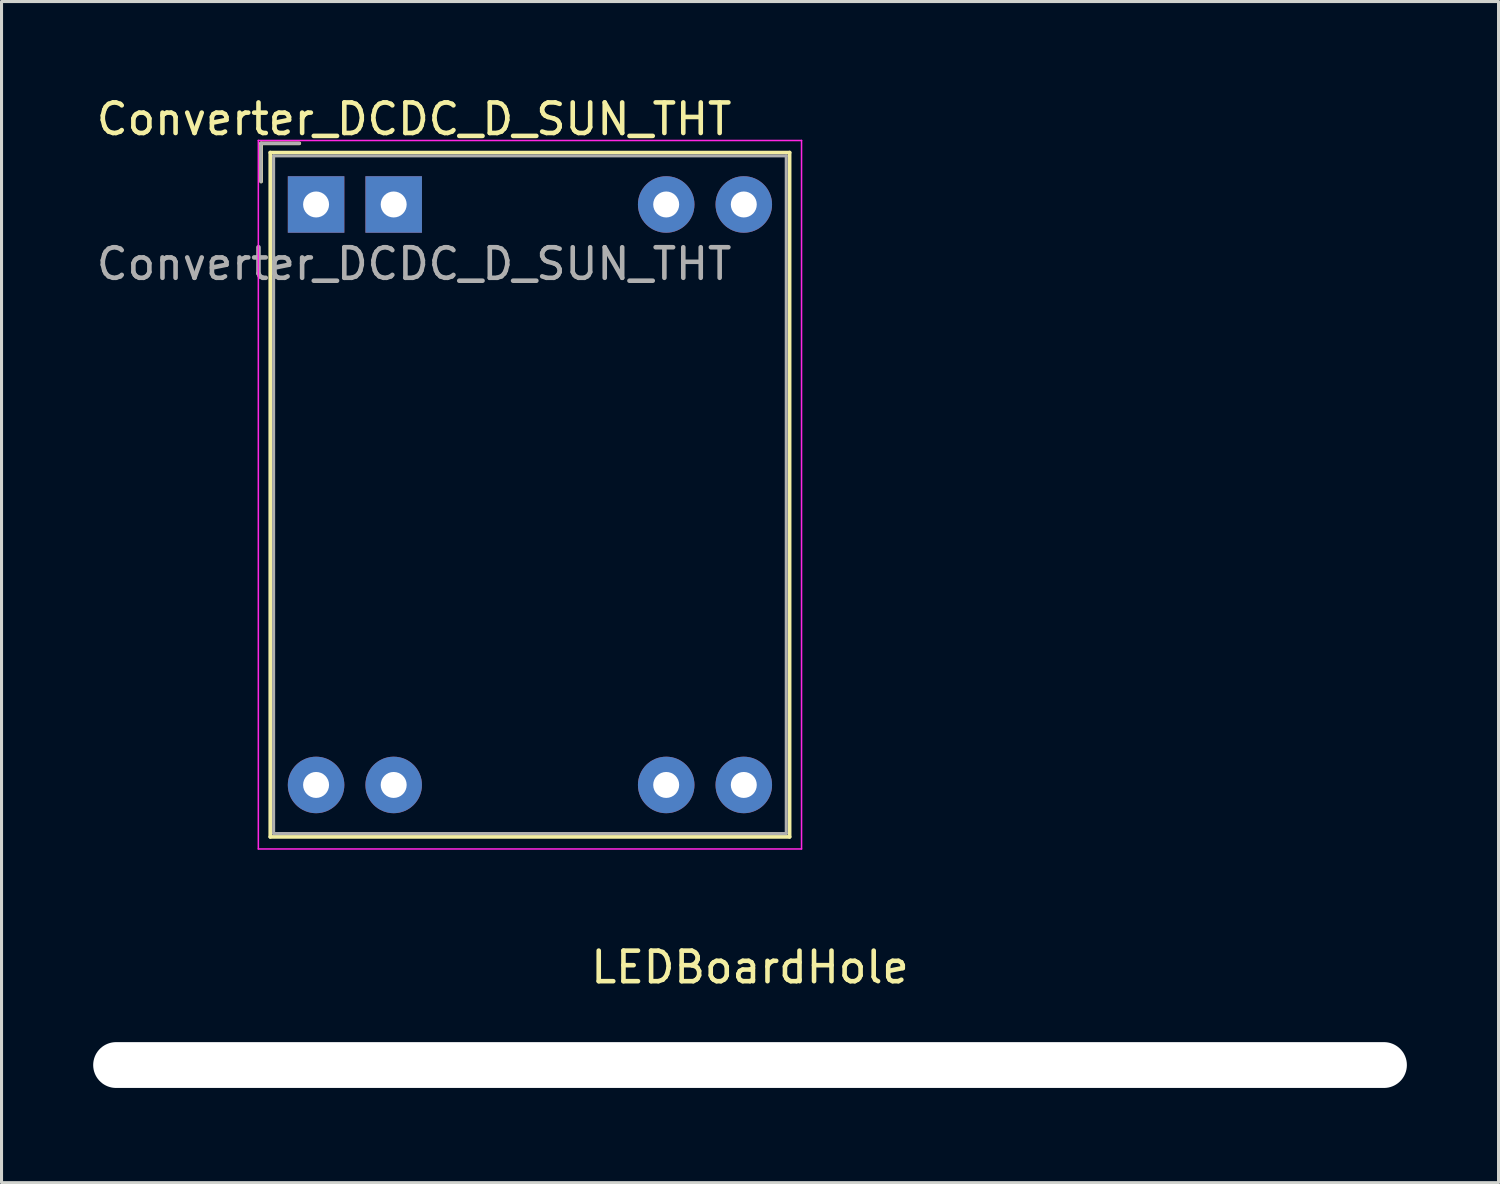
<source format=kicad_pcb>
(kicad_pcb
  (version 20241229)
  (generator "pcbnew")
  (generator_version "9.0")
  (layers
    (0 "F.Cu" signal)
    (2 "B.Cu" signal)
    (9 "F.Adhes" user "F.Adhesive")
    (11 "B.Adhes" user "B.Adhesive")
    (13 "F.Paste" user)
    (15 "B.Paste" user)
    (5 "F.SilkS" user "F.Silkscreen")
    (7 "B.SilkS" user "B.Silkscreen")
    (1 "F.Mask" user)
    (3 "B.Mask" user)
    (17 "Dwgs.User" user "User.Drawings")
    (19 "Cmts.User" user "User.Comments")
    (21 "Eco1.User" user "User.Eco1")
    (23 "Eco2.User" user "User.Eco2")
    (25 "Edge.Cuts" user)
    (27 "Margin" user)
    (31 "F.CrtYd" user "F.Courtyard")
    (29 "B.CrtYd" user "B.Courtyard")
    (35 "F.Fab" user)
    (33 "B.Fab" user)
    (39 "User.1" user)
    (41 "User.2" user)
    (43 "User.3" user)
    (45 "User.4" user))
  (footprint "LEDBoardHole"
    (layer "F.Cu")
    (at 21.5 31.811)
    (property "Reference" "LEDBoardHole" (at 0 -3.2 0) (layer "F.SilkS") (effects (font (size 1 1) (thickness 0.15))))
    (attr exclude_from_pos_files exclude_from_bom)
    (fp_text user "${REFERENCE}" (at 0.3 0 0) (layer "F.Fab") (effects (font (size 1 1) (thickness 0.15))))
    (pad "" np_thru_hole oval (at 0 0) (size 43 1.5) (drill oval 43 1.5) (layers "*.Cu" "*.Mask")))
  (footprint "Converter_DCDC_D_SUN_THT"
    (layer "F.Cu")
    (at 7.296 3.643)
    (property "Reference" "Converter_DCDC_D_SUN_THT" (at 3.21 -2.795 0) (layer "F.SilkS") (effects (font (size 1 1) (thickness 0.15))))
    (attr through_hole)
    (fp_line (start -1.8 -2) (end -1.8 -0.75) (stroke (width 0.12) (type solid)) (layer "F.SilkS"))
    (fp_line (start -1.5 -1.7) (end -1.5 20.7) (stroke (width 0.12) (type solid)) (layer "F.SilkS"))
    (fp_line (start -1.5 20.7) (end 15.5 20.7) (stroke (width 0.12) (type solid)) (layer "F.SilkS"))
    (fp_line (start -0.55 -2) (end -1.8 -2) (stroke (width 0.12) (type solid)) (layer "F.SilkS"))
    (fp_line (start 15.5 -1.7) (end -1.5 -1.7) (stroke (width 0.12) (type solid)) (layer "F.SilkS"))
    (fp_line (start 15.5 -1.7) (end 15.5 20.7) (stroke (width 0.12) (type solid)) (layer "F.SilkS"))
    (fp_line (start -1.89 -2.095) (end -1.89 21.095) (stroke (width 0.05) (type solid)) (layer "F.CrtYd"))
    (fp_line (start -1.89 21.095) (end 15.89 21.095) (stroke (width 0.05) (type solid)) (layer "F.CrtYd"))
    (fp_line (start 15.89 -2.095) (end -1.89 -2.095) (stroke (width 0.05) (type solid)) (layer "F.CrtYd"))
    (fp_line (start 15.89 21.095) (end 15.89 -2.095) (stroke (width 0.05) (type solid)) (layer "F.CrtYd"))
    (fp_line (start -1.8 -2) (end -1.8 -0.75) (stroke (width 0.1) (type solid)) (layer "F.Fab"))
    (fp_line (start -1.39 -1.59) (end -1.39 20.59) (stroke (width 0.1) (type solid)) (layer "F.Fab"))
    (fp_line (start -1.39 20.59) (end 15.39 20.59) (stroke (width 0.1) (type solid)) (layer "F.Fab"))
    (fp_line (start -0.55 -2) (end -1.8 -2) (stroke (width 0.1) (type solid)) (layer "F.Fab"))
    (fp_line (start 15.39 -1.59) (end -1.39 -1.59) (stroke (width 0.1) (type solid)) (layer "F.Fab"))
    (fp_line (start 15.39 20.59) (end 15.39 -1.59) (stroke (width 0.1) (type solid)) (layer "F.Fab"))
    (fp_text user "${REFERENCE}" (at 3.21 1.945 0) (layer "F.Fab") (effects (font (size 1 1) (thickness 0.15))))
    (pad "1" thru_hole rect (at 0 0) (size 1.85 1.85) (drill 0.85) (layers "*.Cu" "*.Mask"))
    (pad "1" thru_hole rect (at 2.54 0) (size 1.85 1.85) (drill 0.85) (layers "*.Cu" "*.Mask"))
    (pad "2" thru_hole circle (at 11.46 0) (size 1.85 1.85) (drill 0.85) (layers "*.Cu" "*.Mask"))
    (pad "2" thru_hole circle (at 14 0) (size 1.85 1.85) (drill 0.85) (layers "*.Cu" "*.Mask"))
    (pad "3" thru_hole circle (at 0 19) (size 1.85 1.85) (drill 0.85) (layers "*.Cu" "*.Mask"))
    (pad "3" thru_hole circle (at 2.54 19) (size 1.85 1.85) (drill 0.85) (layers "*.Cu" "*.Mask"))
    (pad "4" thru_hole circle (at 11.46 19) (size 1.85 1.85) (drill 0.85) (layers "*.Cu" "*.Mask"))
    (pad "4" thru_hole circle (at 14 19) (size 1.85 1.85) (drill 0.85) (layers "*.Cu" "*.Mask")))
  (gr_rect
    (start -3 -3)
    (end 46 35.66)
    (stroke (width 0.1) (type default))
    (fill no)
    (layer "Edge.Cuts")))
</source>
